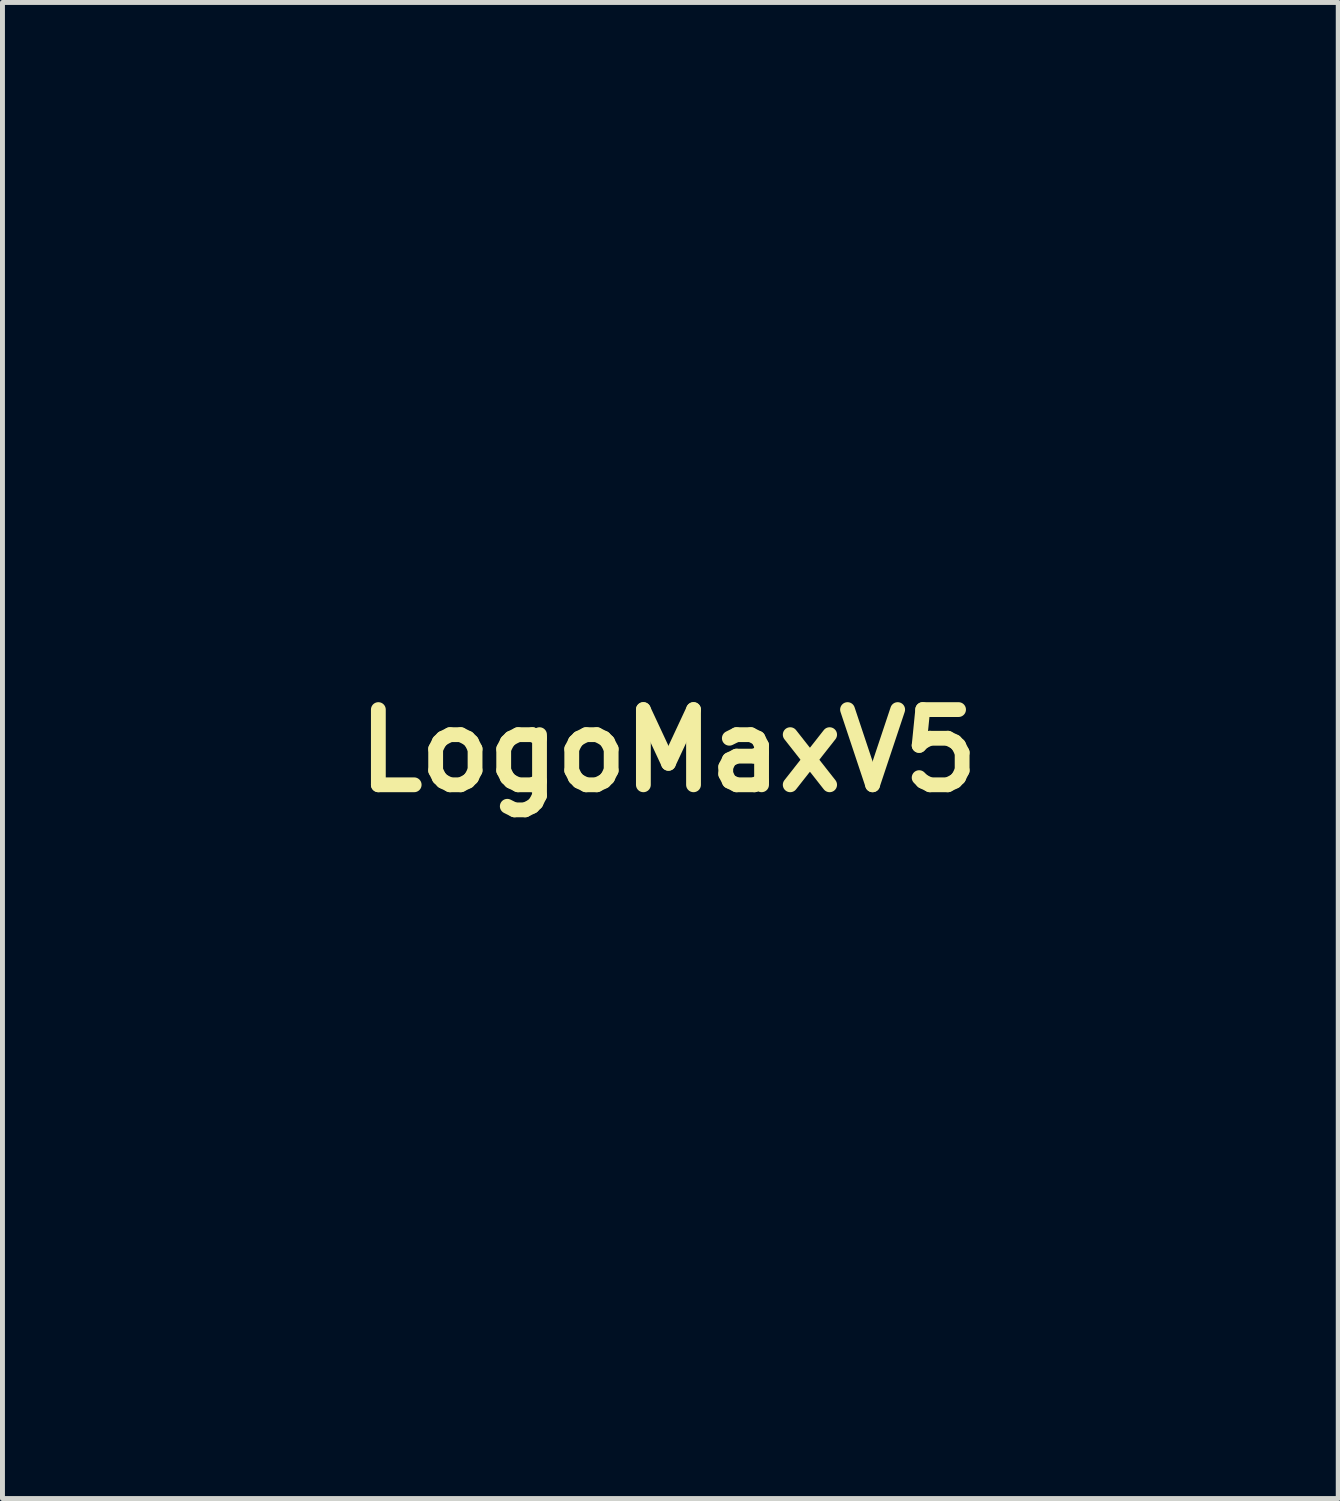
<source format=kicad_pcb>
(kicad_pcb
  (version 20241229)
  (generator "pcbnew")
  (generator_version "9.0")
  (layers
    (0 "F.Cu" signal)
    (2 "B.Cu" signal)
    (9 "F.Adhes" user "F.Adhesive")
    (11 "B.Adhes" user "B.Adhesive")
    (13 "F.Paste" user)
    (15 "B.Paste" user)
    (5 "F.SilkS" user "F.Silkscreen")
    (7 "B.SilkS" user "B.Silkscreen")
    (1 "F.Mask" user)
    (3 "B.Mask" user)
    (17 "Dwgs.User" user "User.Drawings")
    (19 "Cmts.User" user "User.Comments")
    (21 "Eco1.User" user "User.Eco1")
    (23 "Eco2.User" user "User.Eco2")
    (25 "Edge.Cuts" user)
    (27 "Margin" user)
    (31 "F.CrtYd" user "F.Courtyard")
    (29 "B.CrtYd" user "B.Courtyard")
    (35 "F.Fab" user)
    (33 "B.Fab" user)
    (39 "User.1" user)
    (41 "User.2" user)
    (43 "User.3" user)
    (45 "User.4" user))
  (footprint "LogoMaxV5"
    (layer "F.Cu")
    (at 10.495 12.163)
    (property "Reference" "LogoMaxV5" (at 0 0 0) (layer "F.SilkS") (effects (font (size 1.524 1.524) (thickness 0.3))))
    (attr through_hole)
    (fp_poly (pts (xy 0.084 -12.146) (xy 0.124 -12.123) (xy 0.2 -12.077) (xy 0.348 -11.989) (xy 0.553 -11.869) (xy 0.798 -11.727) (xy 1.067 -11.571) (xy 1.375 -11.394) (xy 1.696 -11.209) (xy 2.001 -11.032) (xy 2.265 -10.88) (xy 2.413 -10.794) (xy 2.633 -10.666) (xy 2.914 -10.504) (xy 3.227 -10.324) (xy 3.544 -10.141) (xy 3.734 -10.032) (xy 4.017 -9.869) (xy 4.363 -9.67) (xy 4.748 -9.448) (xy 5.146 -9.219) (xy 5.532 -8.996) (xy 5.715 -8.89) (xy 6.035 -8.704) (xy 6.334 -8.532) (xy 6.597 -8.38) (xy 6.811 -8.256) (xy 6.963 -8.168) (xy 7.036 -8.127) (xy 7.125 -8.075) (xy 7.286 -7.982) (xy 7.504 -7.856) (xy 7.763 -7.706) (xy 8.047 -7.542) (xy 8.128 -7.495) (xy 8.472 -7.296) (xy 8.846 -7.08) (xy 9.221 -6.863) (xy 9.565 -6.664) (xy 9.817 -6.519) (xy 10.567 -6.088) (xy 10.554 0.011) (xy 10.541 6.11) (xy 10.058 6.39) (xy 9.507 6.709) (xy 9.036 6.982) (xy 8.639 7.211) (xy 8.308 7.402) (xy 8.037 7.558) (xy 7.819 7.683) (xy 7.646 7.782) (xy 7.512 7.858) (xy 7.41 7.915) (xy 7.366 7.939) (xy 7.211 8.026) (xy 7.09 8.096) (xy 7.036 8.131) (xy 6.977 8.168) (xy 6.846 8.246) (xy 6.655 8.358) (xy 6.422 8.494) (xy 6.172 8.638) (xy 5.901 8.794) (xy 5.649 8.939) (xy 5.435 9.062) (xy 5.275 9.154) (xy 5.194 9.201) (xy 5.075 9.27) (xy 4.956 9.339) (xy 4.826 9.414) (xy 4.671 9.503) (xy 4.479 9.614) (xy 4.237 9.753) (xy 3.933 9.929) (xy 3.556 10.146) (xy 3.019 10.456) (xy 2.562 10.719) (xy 2.177 10.941) (xy 1.856 11.127) (xy 1.591 11.28) (xy 1.373 11.405) (xy 1.196 11.508) (xy 1.05 11.592) (xy 0.928 11.663) (xy 0.823 11.725) (xy 0.724 11.782) (xy 0.635 11.835) (xy 0.443 11.947) (xy 0.273 12.045) (xy 0.153 12.113) (xy 0.123 12.13) (xy 0.067 12.147) (xy -0.008 12.138) (xy -0.118 12.095) (xy -0.279 12.013) (xy -0.507 11.884) (xy -0.537 11.867) (xy -1.122 11.53) (xy -1.626 11.24) (xy -2.057 10.991) (xy -2.424 10.78) (xy -2.733 10.601) (xy -2.993 10.451) (xy -3.211 10.325) (xy -3.277 10.287) (xy -3.494 10.161) (xy -3.773 10) (xy -4.085 9.82) (xy -4.405 9.636) (xy -4.513 9.574) (xy -3.048 9.574) (xy -3.007 9.62) (xy -2.894 9.702) (xy -2.73 9.808) (xy -2.578 9.898) (xy -2.363 10.022) (xy -2.09 10.179) (xy -1.788 10.354) (xy -1.487 10.528) (xy -1.372 10.595) (xy -1.127 10.736) (xy -0.916 10.858) (xy -0.753 10.952) (xy -0.652 11.009) (xy -0.626 11.023) (xy -0.644 10.982) (xy -0.702 10.873) (xy -0.788 10.714) (xy -0.835 10.63) (xy -0.949 10.426) (xy -1.057 10.234) (xy -1.142 10.087) (xy -1.158 10.058) (xy -1.302 9.812) (xy -1.464 9.534) (xy -1.627 9.25) (xy -1.778 8.986) (xy -1.9 8.77) (xy -1.946 8.687) (xy -2.044 8.517) (xy -2.136 8.368) (xy -2.189 8.292) (xy -2.277 8.176) (xy -2.35 8.317) (xy -2.473 8.547) (xy -2.619 8.81) (xy -2.767 9.065) (xy -2.893 9.274) (xy -2.905 9.294) (xy -2.986 9.432) (xy -3.038 9.538) (xy -3.048 9.574) (xy -4.513 9.574) (xy -4.623 9.511) (xy -4.888 9.359) (xy -5.124 9.222) (xy -5.316 9.11) (xy -5.45 9.031) (xy -5.511 8.993) (xy -5.512 8.993) (xy -5.581 8.95) (xy -5.709 8.876) (xy -5.842 8.802) (xy -5.966 8.733) (xy -6.16 8.623) (xy -6.407 8.482) (xy -6.688 8.321) (xy -6.987 8.149) (xy -7.155 8.052) (xy -5.791 8.052) (xy -5.321 8.32) (xy -5.106 8.444) (xy -4.833 8.601) (xy -4.531 8.774) (xy -4.23 8.948) (xy -4.115 9.014) (xy -3.869 9.154) (xy -3.654 9.272) (xy -3.485 9.36) (xy -3.377 9.411) (xy -3.345 9.419) (xy -3.305 9.367) (xy -3.231 9.252) (xy -3.144 9.106) (xy -3.047 8.938) (xy -2.964 8.793) (xy -2.918 8.712) (xy -2.862 8.614) (xy -2.774 8.466) (xy -2.698 8.338) (xy -2.617 8.193) (xy -2.565 8.087) (xy -2.557 8.052) (xy -1.964 8.052) (xy -1.508 8.839) (xy -1.345 9.122) (xy -1.186 9.401) (xy -1.043 9.654) (xy -0.929 9.858) (xy -0.875 9.957) (xy -0.779 10.13) (xy -0.694 10.274) (xy -0.638 10.36) (xy -0.636 10.363) (xy -0.581 10.445) (xy -0.496 10.586) (xy -0.407 10.744) (xy -0.252 11.02) (xy -0.135 11.214) (xy -0.047 11.331) (xy 0.021 11.38) (xy 0.077 11.369) (xy 0.13 11.304) (xy 0.166 11.239) (xy 0.241 11.099) (xy 0.276 11.038) (xy 0.651 11.038) (xy 0.821 10.935) (xy 0.913 10.881) (xy 1.078 10.784) (xy 1.302 10.655) (xy 1.569 10.501) (xy 1.865 10.331) (xy 2.032 10.235) (xy 2.326 10.066) (xy 2.589 9.915) (xy 2.809 9.787) (xy 2.974 9.692) (xy 3.071 9.635) (xy 3.092 9.622) (xy 3.075 9.575) (xy 3.014 9.455) (xy 2.92 9.277) (xy 2.798 9.055) (xy 2.703 8.887) (xy 2.552 8.621) (xy 2.442 8.433) (xy 2.364 8.313) (xy 2.312 8.249) (xy 2.275 8.232) (xy 2.245 8.252) (xy 2.22 8.288) (xy 2.165 8.379) (xy 2.073 8.536) (xy 1.957 8.734) (xy 1.852 8.915) (xy 1.707 9.167) (xy 1.534 9.468) (xy 1.355 9.777) (xy 1.207 10.033) (xy 1.067 10.275) (xy 0.938 10.503) (xy 0.831 10.694) (xy 0.76 10.825) (xy 0.752 10.84) (xy 0.651 11.038) (xy 0.276 11.038) (xy 0.33 10.941) (xy 0.341 10.922) (xy 0.449 10.737) (xy 0.584 10.504) (xy 0.737 10.24) (xy 0.898 9.961) (xy 1.058 9.685) (xy 1.206 9.428) (xy 1.333 9.207) (xy 1.429 9.04) (xy 1.484 8.943) (xy 1.486 8.941) (xy 1.559 8.814) (xy 1.615 8.724) (xy 1.624 8.712) (xy 1.681 8.623) (xy 1.757 8.488) (xy 1.837 8.336) (xy 1.907 8.193) (xy 1.955 8.087) (xy 1.963 8.055) (xy 2.591 8.055) (xy 2.614 8.107) (xy 2.678 8.227) (xy 2.772 8.397) (xy 2.885 8.598) (xy 3.007 8.813) (xy 3.128 9.022) (xy 3.236 9.208) (xy 3.322 9.351) (xy 3.375 9.435) (xy 3.387 9.449) (xy 3.434 9.425) (xy 3.555 9.357) (xy 3.734 9.255) (xy 3.958 9.126) (xy 4.178 8.998) (xy 4.473 8.826) (xy 4.778 8.65) (xy 5.065 8.485) (xy 5.306 8.346) (xy 5.41 8.287) (xy 5.867 8.027) (xy 4.229 8.027) (xy 3.833 8.027) (xy 3.471 8.03) (xy 3.156 8.034) (xy 2.899 8.038) (xy 2.712 8.044) (xy 2.609 8.051) (xy 2.591 8.055) (xy 1.963 8.055) (xy 1.966 8.045) (xy 1.912 8.041) (xy 1.768 8.038) (xy 1.545 8.036) (xy 1.253 8.035) (xy 0.905 8.035) (xy 0.51 8.036) (xy 0.08 8.038) (xy -0.009 8.038) (xy -1.964 8.052) (xy -2.557 8.052) (xy -2.555 8.045) (xy -2.609 8.04) (xy -2.752 8.037) (xy -2.972 8.035) (xy -3.257 8.034) (xy -3.594 8.035) (xy -3.972 8.037) (xy -4.183 8.038) (xy -5.791 8.052) (xy -7.155 8.052) (xy -7.285 7.977) (xy -7.565 7.815) (xy -7.809 7.673) (xy -7.839 7.655) (xy -6.429 7.655) (xy -6.404 7.673) (xy -6.337 7.687) (xy -6.219 7.699) (xy -6.044 7.707) (xy -5.801 7.714) (xy -5.484 7.718) (xy -5.084 7.721) (xy -4.592 7.722) (xy -4.472 7.722) (xy -1.984 7.722) (xy 2.03 7.722) (xy 2.532 7.722) (xy 4.454 7.721) (xy 4.888 7.72) (xy 5.291 7.716) (xy 5.652 7.711) (xy 5.959 7.705) (xy 6.2 7.697) (xy 6.365 7.688) (xy 6.441 7.678) (xy 6.443 7.677) (xy 6.466 7.661) (xy 6.478 7.639) (xy 6.475 7.602) (xy 6.452 7.539) (xy 6.404 7.441) (xy 6.326 7.298) (xy 6.213 7.1) (xy 6.061 6.837) (xy 5.863 6.499) (xy 5.791 6.375) (xy 5.618 6.079) (xy 5.447 5.784) (xy 5.29 5.514) (xy 5.161 5.289) (xy 5.078 5.144) (xy 4.98 4.975) (xy 4.901 4.847) (xy 4.853 4.78) (xy 4.846 4.775) (xy 4.791 4.8) (xy 4.693 4.86) (xy 4.569 4.925) (xy 4.397 4.997) (xy 4.301 5.03) (xy 4.188 5.07) (xy 4.103 5.114) (xy 4.029 5.18) (xy 3.951 5.285) (xy 3.853 5.447) (xy 3.741 5.644) (xy 3.584 5.92) (xy 3.392 6.254) (xy 3.181 6.617) (xy 2.97 6.98) (xy 2.774 7.313) (xy 2.63 7.556) (xy 2.532 7.722) (xy 2.03 7.722) (xy 1.937 7.556) (xy 1.877 7.453) (xy 1.778 7.282) (xy 1.653 7.067) (xy 1.514 6.828) (xy 1.473 6.758) (xy 1.332 6.517) (xy 1.203 6.295) (xy 1.098 6.113) (xy 1.028 5.991) (xy 1.016 5.97) (xy 0.937 5.832) (xy 0.837 5.662) (xy 0.793 5.588) (xy 0.697 5.421) (xy 0.609 5.262) (xy 0.58 5.207) (xy 0.501 5.055) (xy -0.464 5.064) (xy -0.884 5.796) (xy -1.052 6.087) (xy -1.226 6.389) (xy -1.391 6.673) (xy -1.529 6.911) (xy -1.572 6.985) (xy -1.692 7.193) (xy -1.801 7.382) (xy -1.881 7.526) (xy -1.911 7.582) (xy -1.984 7.722) (xy -4.472 7.722) (xy -4.04 7.721) (xy -3.642 7.719) (xy -3.289 7.716) (xy -2.991 7.712) (xy -2.76 7.707) (xy -2.606 7.701) (xy -2.541 7.695) (xy -2.54 7.694) (xy -2.564 7.643) (xy -2.631 7.52) (xy -2.731 7.341) (xy -2.856 7.121) (xy -2.929 6.996) (xy -3.083 6.728) (xy -3.237 6.461) (xy -3.376 6.221) (xy -3.483 6.034) (xy -3.505 5.994) (xy -3.677 5.693) (xy -3.807 5.467) (xy -3.906 5.305) (xy -3.983 5.196) (xy -4.048 5.126) (xy -4.11 5.084) (xy -4.115 5.082) (xy -3.625 5.082) (xy -3.623 5.142) (xy -3.576 5.262) (xy -3.494 5.416) (xy -3.492 5.419) (xy -3.16 5.982) (xy -2.823 6.565) (xy -2.536 7.069) (xy -2.425 7.265) (xy -2.334 7.422) (xy -2.273 7.523) (xy -2.252 7.552) (xy -2.225 7.507) (xy -2.157 7.391) (xy -2.057 7.219) (xy -1.934 7.007) (xy -1.891 6.934) (xy -1.726 6.649) (xy -1.534 6.316) (xy -1.337 5.976) (xy -1.159 5.669) (xy -1.15 5.653) (xy -1.016 5.418) (xy -0.901 5.214) (xy -0.816 5.056) (xy -0.769 4.961) (xy -0.766 4.955) (xy 0.762 4.955) (xy 0.881 5.132) (xy 0.969 5.271) (xy 1.079 5.456) (xy 1.173 5.62) (xy 1.357 5.949) (xy 1.542 6.275) (xy 1.721 6.587) (xy 1.887 6.873) (xy 2.033 7.121) (xy 2.151 7.318) (xy 2.236 7.454) (xy 2.28 7.516) (xy 2.283 7.518) (xy 2.324 7.478) (xy 2.391 7.381) (xy 2.408 7.353) (xy 2.472 7.241) (xy 2.572 7.067) (xy 2.692 6.857) (xy 2.792 6.68) (xy 2.946 6.411) (xy 3.124 6.101) (xy 3.299 5.798) (xy 3.39 5.64) (xy 3.508 5.432) (xy 3.601 5.255) (xy 3.661 5.129) (xy 3.677 5.071) (xy 3.677 5.07) (xy 3.616 5.037) (xy 3.497 5.004) (xy 3.474 4.999) (xy 3.308 4.93) (xy 3.126 4.793) (xy 2.952 4.615) (xy 2.814 4.421) (xy 2.746 4.276) (xy 2.676 4.064) (xy 1.535 4.064) (xy 1.371 4.319) (xy 1.233 4.504) (xy 1.068 4.687) (xy 0.985 4.765) (xy 0.762 4.955) (xy -0.766 4.955) (xy -0.762 4.942) (xy -0.798 4.889) (xy -0.89 4.802) (xy -0.942 4.759) (xy -1.07 4.636) (xy -1.212 4.468) (xy -1.305 4.34) (xy -1.488 4.064) (xy -2.628 4.064) (xy -2.712 4.283) (xy -2.825 4.492) (xy -2.993 4.697) (xy -3.186 4.868) (xy -3.377 4.976) (xy -3.397 4.983) (xy -3.529 5.031) (xy -3.617 5.075) (xy -3.625 5.082) (xy -4.115 5.082) (xy -4.179 5.057) (xy -4.264 5.035) (xy -4.272 5.033) (xy -4.447 4.974) (xy -4.601 4.9) (xy -4.646 4.869) (xy -4.749 4.808) (xy -4.822 4.798) (xy -4.824 4.799) (xy -4.869 4.855) (xy -4.949 4.978) (xy -5.05 5.148) (xy -5.106 5.247) (xy -5.213 5.439) (xy -5.306 5.602) (xy -5.37 5.713) (xy -5.386 5.74) (xy -5.431 5.815) (xy -5.513 5.955) (xy -5.619 6.139) (xy -5.696 6.274) (xy -5.844 6.532) (xy -6.009 6.82) (xy -6.163 7.086) (xy -6.206 7.16) (xy -6.31 7.35) (xy -6.387 7.512) (xy -6.427 7.623) (xy -6.429 7.655) (xy -7.839 7.655) (xy -7.899 7.62) (xy -7.988 7.568) (xy -8.149 7.475) (xy -8.367 7.349) (xy -8.628 7.198) (xy -8.915 7.033) (xy -9.017 6.974) (xy -9.318 6.8) (xy -9.605 6.634) (xy -9.861 6.485) (xy -10.069 6.364) (xy -10.211 6.281) (xy -10.236 6.266) (xy -10.49 6.114) (xy -10.49 5.653) (xy -9.841 5.653) (xy -9.839 5.658) (xy -9.786 5.711) (xy -9.665 5.799) (xy -9.499 5.904) (xy -9.415 5.954) (xy -9.231 6.06) (xy -8.985 6.202) (xy -8.702 6.364) (xy -8.409 6.533) (xy -8.255 6.622) (xy -8.004 6.765) (xy -7.784 6.889) (xy -7.609 6.985) (xy -7.494 7.045) (xy -7.456 7.061) (xy -7.46 7.022) (xy -7.508 6.92) (xy -7.578 6.795) (xy -7.65 6.672) (xy -7.763 6.479) (xy -7.907 6.231) (xy -8.072 5.946) (xy -8.249 5.641) (xy -8.326 5.507) (xy -8.498 5.209) (xy -8.658 4.935) (xy -8.796 4.699) (xy -8.905 4.515) (xy -8.975 4.398) (xy -8.995 4.368) (xy -9.03 4.322) (xy -9.063 4.309) (xy -9.105 4.339) (xy -9.166 4.424) (xy -9.256 4.577) (xy -9.371 4.78) (xy -9.498 5.003) (xy -9.616 5.206) (xy -9.712 5.365) (xy -9.766 5.45) (xy -9.827 5.565) (xy -9.841 5.653) (xy -10.49 5.653) (xy -10.49 3.934) (xy -9.855 3.934) (xy -9.854 4.239) (xy -9.851 4.506) (xy -9.846 4.72) (xy -9.84 4.866) (xy -9.833 4.927) (xy -9.831 4.928) (xy -9.798 4.887) (xy -9.725 4.775) (xy -9.623 4.612) (xy -9.527 4.45) (xy -9.413 4.255) (xy -9.356 4.155) (xy -8.738 4.155) (xy -8.711 4.262) (xy -8.687 4.298) (xy -8.646 4.356) (xy -8.565 4.489) (xy -8.451 4.679) (xy -8.314 4.913) (xy -8.172 5.159) (xy -8.018 5.429) (xy -7.875 5.678) (xy -7.754 5.889) (xy -7.665 6.044) (xy -7.621 6.121) (xy -7.547 6.25) (xy -7.447 6.422) (xy -7.372 6.553) (xy -7.28 6.713) (xy -7.202 6.844) (xy -7.162 6.909) (xy -7.109 7) (xy -7.032 7.136) (xy -7.004 7.188) (xy -6.888 7.373) (xy -6.789 7.459) (xy -6.756 7.467) (xy -6.724 7.425) (xy -6.65 7.31) (xy -6.546 7.138) (xy -6.419 6.922) (xy -6.35 6.802) (xy -6.195 6.531) (xy -6.037 6.256) (xy -5.894 6.006) (xy -5.781 5.809) (xy -5.761 5.774) (xy -5.638 5.56) (xy -5.489 5.303) (xy -5.34 5.047) (xy -5.288 4.957) (xy -5.17 4.75) (xy -5.097 4.608) (xy -5.063 4.511) (xy -5.06 4.437) (xy -5.082 4.364) (xy -5.085 4.356) (xy -5.117 4.279) (xy -5.149 4.217) (xy -5.192 4.168) (xy -5.255 4.131) (xy -5.351 4.104) (xy -5.488 4.085) (xy -5.678 4.074) (xy -5.93 4.067) (xy -6.256 4.065) (xy -6.666 4.064) (xy -7.014 4.064) (xy -7.478 4.064) (xy -7.851 4.065) (xy -8.142 4.068) (xy -8.362 4.072) (xy -8.52 4.079) (xy -8.626 4.089) (xy -8.691 4.103) (xy -8.725 4.12) (xy -8.737 4.142) (xy -8.738 4.155) (xy -9.356 4.155) (xy -9.321 4.093) (xy -9.262 3.985) (xy -9.246 3.949) (xy -9.27 3.89) (xy -9.311 3.811) (xy -8.795 3.811) (xy -5.258 3.785) (xy -5.243 3.398) (xy -5.238 3.222) (xy -5.245 3.091) (xy -5.273 2.976) (xy -5.33 2.847) (xy -5.425 2.676) (xy -5.492 2.56) (xy -5.591 2.391) (xy -5.681 2.236) (xy -5.772 2.079) (xy -5.873 1.902) (xy -5.994 1.69) (xy -6.145 1.426) (xy -6.334 1.094) (xy -6.378 1.016) (xy -6.494 0.816) (xy -6.601 0.638) (xy -6.683 0.509) (xy -6.71 0.47) (xy -6.758 0.414) (xy -6.8 0.396) (xy -6.849 0.426) (xy -6.916 0.517) (xy -7.011 0.678) (xy -7.104 0.843) (xy -7.189 0.993) (xy -7.314 1.212) (xy -7.468 1.481) (xy -7.64 1.781) (xy -7.82 2.093) (xy -7.873 2.184) (xy -8.052 2.493) (xy -8.224 2.794) (xy -8.38 3.066) (xy -8.509 3.294) (xy -8.601 3.458) (xy -8.621 3.493) (xy -8.795 3.811) (xy -9.311 3.811) (xy -9.334 3.767) (xy -9.424 3.603) (xy -9.527 3.421) (xy -9.631 3.244) (xy -9.722 3.095) (xy -9.786 2.996) (xy -9.808 2.969) (xy -9.824 3.008) (xy -9.837 3.138) (xy -9.847 3.348) (xy -9.853 3.629) (xy -9.855 3.934) (xy -10.49 3.934) (xy -10.49 0.152) (xy -9.855 0.152) (xy -9.855 2.245) (xy -9.709 2.507) (xy -9.516 2.85) (xy -9.366 3.113) (xy -9.253 3.306) (xy -9.169 3.438) (xy -9.108 3.519) (xy -9.065 3.557) (xy -9.032 3.563) (xy -9.011 3.551) (xy -8.95 3.476) (xy -8.941 3.443) (xy -8.914 3.37) (xy -8.849 3.263) (xy -8.847 3.259) (xy -8.771 3.14) (xy -8.672 2.974) (xy -8.6 2.845) (xy -8.505 2.675) (xy -8.379 2.454) (xy -8.243 2.219) (xy -8.179 2.108) (xy -8.05 1.887) (xy -7.925 1.671) (xy -7.823 1.492) (xy -7.784 1.422) (xy -7.693 1.264) (xy -7.574 1.06) (xy -7.452 0.853) (xy -7.443 0.838) (xy -7.329 0.646) (xy -7.225 0.466) (xy -7.151 0.332) (xy -7.144 0.318) (xy -7.068 0.171) (xy -6.502 0.171) (xy -6.479 0.228) (xy -6.42 0.342) (xy -6.342 0.483) (xy -6.261 0.622) (xy -6.195 0.728) (xy -6.171 0.762) (xy -6.118 0.843) (xy -6.034 0.984) (xy -5.938 1.156) (xy -5.931 1.168) (xy -5.796 1.415) (xy -5.657 1.661) (xy -5.526 1.891) (xy -5.41 2.088) (xy -5.32 2.237) (xy -5.264 2.323) (xy -5.251 2.337) (xy -5.246 2.288) (xy -5.241 2.153) (xy -5.237 1.946) (xy -5.234 1.68) (xy -5.233 1.372) (xy -5.232 1.245) (xy -5.232 0.152) (xy -5.867 0.152) (xy -6.108 0.154) (xy -6.307 0.158) (xy -6.444 0.163) (xy -6.502 0.171) (xy -6.502 0.171) (xy -7.068 0.171) (xy -7.059 0.152) (xy -9.855 0.152) (xy -10.49 0.152) (xy -10.49 -2.241) (xy -9.855 -2.241) (xy -9.855 -0.152) (xy -7.054 -0.152) (xy -7.076 -0.191) (xy -6.501 -0.191) (xy -6.454 -0.176) (xy -6.325 -0.164) (xy -6.132 -0.156) (xy -5.895 -0.152) (xy -5.867 -0.152) (xy -5.232 -0.152) (xy -5.232 -1.253) (xy -5.232 -1.263) (xy -4.871 -1.263) (xy -4.87 -0.68) (xy -4.868 -0.091) (xy -4.865 0.494) (xy -4.86 1.065) (xy -4.855 1.614) (xy -4.849 2.131) (xy -4.842 2.606) (xy -4.833 3.031) (xy -4.824 3.396) (xy -4.815 3.691) (xy -4.804 3.908) (xy -4.793 4.037) (xy -4.787 4.065) (xy -4.661 4.31) (xy -4.475 4.512) (xy -4.256 4.643) (xy -4.242 4.648) (xy -4.048 4.706) (xy -3.89 4.717) (xy -3.712 4.683) (xy -3.644 4.663) (xy -3.382 4.534) (xy -3.176 4.325) (xy -3.038 4.047) (xy -3.028 4.015) (xy -3.012 3.951) (xy -2.998 3.871) (xy -2.991 3.81) (xy -2.591 3.81) (xy -2.083 3.81) (xy -1.838 3.807) (xy -1.681 3.795) (xy -1.598 3.774) (xy -1.575 3.743) (xy -1.587 3.665) (xy -1.62 3.518) (xy -1.667 3.329) (xy -1.682 3.273) (xy -1.726 3.105) (xy -1.789 2.859) (xy -1.867 2.555) (xy -1.953 2.214) (xy -2.043 1.857) (xy -2.082 1.703) (xy -2.375 0.536) (xy -2.483 0.712) (xy -2.514 0.768) (xy -2.539 0.828) (xy -2.557 0.905) (xy -2.571 1.012) (xy -2.58 1.16) (xy -2.586 1.363) (xy -2.589 1.631) (xy -2.59 1.979) (xy -2.591 2.349) (xy -2.591 3.81) (xy -2.991 3.81) (xy -2.986 3.767) (xy -2.976 3.633) (xy -2.968 3.46) (xy -2.961 3.241) (xy -2.956 2.968) (xy -2.953 2.634) (xy -2.951 2.231) (xy -2.949 1.752) (xy -2.949 1.189) (xy -2.949 0.535) (xy -2.949 0.289) (xy -2.949 0.178) (xy -2.591 0.178) (xy -2.565 0.203) (xy -2.54 0.178) (xy -2.565 0.152) (xy -2.591 0.178) (xy -2.949 0.178) (xy -2.949 -0.293) (xy -2.949 -0.845) (xy -2.948 -1.359) (xy -2.947 -1.825) (xy -2.946 -2.236) (xy -2.944 -2.583) (xy -2.941 -2.859) (xy -2.939 -3.054) (xy -2.936 -3.161) (xy -2.934 -3.179) (xy -2.919 -3.134) (xy -2.882 -3) (xy -2.824 -2.786) (xy -2.749 -2.499) (xy -2.659 -2.151) (xy -2.557 -1.748) (xy -2.443 -1.302) (xy -2.321 -0.819) (xy -2.265 -0.595) (xy -2.07 0.184) (xy -1.897 0.87) (xy -1.745 1.469) (xy -1.613 1.988) (xy -1.499 2.433) (xy -1.401 2.809) (xy -1.317 3.123) (xy -1.246 3.38) (xy -1.187 3.588) (xy -1.137 3.751) (xy -1.096 3.876) (xy -1.061 3.969) (xy -1.031 4.036) (xy -1.028 4.041) (xy -0.834 4.325) (xy -0.585 4.536) (xy -0.335 4.649) (xy -0.169 4.697) (xy -0.049 4.718) (xy 0.066 4.714) (xy 0.219 4.687) (xy 0.31 4.668) (xy 0.591 4.558) (xy 0.84 4.364) (xy 1.036 4.104) (xy 1.112 3.948) (xy 1.146 3.846) (xy 1.171 3.761) (xy 1.592 3.761) (xy 1.622 3.787) (xy 1.703 3.802) (xy 1.852 3.809) (xy 2.079 3.81) (xy 2.591 3.81) (xy 2.591 2.334) (xy 2.59 1.894) (xy 2.587 1.545) (xy 2.582 1.273) (xy 2.574 1.069) (xy 2.563 0.919) (xy 2.547 0.813) (xy 2.526 0.739) (xy 2.511 0.704) (xy 2.453 0.606) (xy 2.417 0.566) (xy 2.414 0.567) (xy 2.397 0.619) (xy 2.36 0.756) (xy 2.305 0.962) (xy 2.237 1.225) (xy 2.159 1.53) (xy 2.116 1.702) (xy 1.973 2.269) (xy 1.854 2.74) (xy 1.757 3.117) (xy 1.683 3.404) (xy 1.63 3.603) (xy 1.597 3.716) (xy 1.596 3.721) (xy 1.592 3.761) (xy 1.171 3.761) (xy 1.2 3.662) (xy 1.27 3.412) (xy 1.352 3.113) (xy 1.442 2.78) (xy 1.535 2.431) (xy 1.626 2.081) (xy 1.712 1.746) (xy 1.788 1.444) (xy 1.85 1.19) (xy 1.894 1.001) (xy 1.907 0.94) (xy 1.929 0.843) (xy 1.97 0.681) (xy 2.021 0.486) (xy 2.029 0.457) (xy 2.092 0.218) (xy 2.157 -0.033) (xy 2.206 -0.229) (xy 2.238 -0.359) (xy 2.292 -0.572) (xy 2.361 -0.85) (xy 2.443 -1.177) (xy 2.534 -1.537) (xy 2.626 -1.905) (xy 2.972 -3.277) (xy 2.997 0.356) (xy 3.002 0.956) (xy 3.008 1.529) (xy 3.014 2.064) (xy 3.022 2.555) (xy 3.029 2.993) (xy 3.037 3.369) (xy 3.046 3.675) (xy 3.054 3.903) (xy 3.062 4.044) (xy 3.068 4.089) (xy 3.238 4.365) (xy 3.457 4.561) (xy 3.71 4.675) (xy 3.981 4.702) (xy 4.256 4.639) (xy 4.502 4.494) (xy 5.049 4.494) (xy 5.204 4.759) (xy 5.283 4.895) (xy 5.4 5.097) (xy 5.543 5.343) (xy 5.698 5.61) (xy 5.791 5.771) (xy 5.945 6.036) (xy 6.09 6.286) (xy 6.214 6.501) (xy 6.307 6.661) (xy 6.344 6.725) (xy 6.532 7.052) (xy 6.673 7.304) (xy 6.699 7.353) (xy 6.772 7.451) (xy 6.846 7.451) (xy 6.909 7.391) (xy 6.978 7.292) (xy 7.055 7.162) (xy 7.055 7.162) (xy 7.105 7.072) (xy 7.12 7.047) (xy 7.499 7.047) (xy 7.506 7.061) (xy 7.57 7.036) (xy 7.688 6.971) (xy 7.79 6.909) (xy 7.925 6.825) (xy 8.021 6.77) (xy 8.052 6.756) (xy 8.101 6.732) (xy 8.221 6.666) (xy 8.393 6.567) (xy 8.6 6.446) (xy 8.622 6.433) (xy 8.877 6.283) (xy 9.144 6.127) (xy 9.386 5.985) (xy 9.538 5.897) (xy 9.706 5.796) (xy 9.834 5.712) (xy 9.901 5.658) (xy 9.906 5.649) (xy 9.88 5.587) (xy 9.817 5.48) (xy 9.804 5.461) (xy 9.738 5.355) (xy 9.638 5.186) (xy 9.517 4.977) (xy 9.411 4.789) (xy 9.294 4.585) (xy 9.195 4.419) (xy 9.124 4.307) (xy 9.091 4.268) (xy 9.055 4.309) (xy 8.985 4.417) (xy 8.894 4.572) (xy 8.873 4.61) (xy 8.786 4.763) (xy 8.658 4.988) (xy 8.498 5.268) (xy 8.316 5.586) (xy 8.12 5.926) (xy 7.921 6.271) (xy 7.727 6.606) (xy 7.589 6.845) (xy 7.525 6.968) (xy 7.499 7.047) (xy 7.12 7.047) (xy 7.195 6.914) (xy 7.314 6.706) (xy 7.453 6.466) (xy 7.599 6.211) (xy 7.743 5.962) (xy 7.875 5.735) (xy 7.983 5.549) (xy 8.057 5.423) (xy 8.081 5.385) (xy 8.128 5.303) (xy 8.208 5.163) (xy 8.297 5.004) (xy 8.427 4.77) (xy 8.52 4.605) (xy 8.588 4.49) (xy 8.643 4.404) (xy 8.696 4.329) (xy 8.7 4.324) (xy 8.749 4.256) (xy 8.781 4.201) (xy 8.787 4.158) (xy 8.759 4.124) (xy 8.688 4.1) (xy 8.565 4.083) (xy 8.382 4.072) (xy 8.129 4.067) (xy 7.799 4.064) (xy 7.382 4.065) (xy 7.011 4.065) (xy 5.234 4.069) (xy 5.141 4.281) (xy 5.049 4.494) (xy 4.502 4.494) (xy 4.519 4.484) (xy 4.572 4.439) (xy 4.716 4.28) (xy 4.8 4.101) (xy 4.826 3.997) (xy 4.837 3.914) (xy 9.281 3.914) (xy 9.299 3.973) (xy 9.359 4.095) (xy 9.447 4.258) (xy 9.55 4.44) (xy 9.656 4.62) (xy 9.752 4.776) (xy 9.826 4.886) (xy 9.865 4.928) (xy 9.865 4.928) (xy 9.878 4.879) (xy 9.888 4.745) (xy 9.897 4.539) (xy 9.903 4.276) (xy 9.906 3.973) (xy 9.906 3.901) (xy 9.904 3.552) (xy 9.898 3.271) (xy 9.887 3.067) (xy 9.874 2.949) (xy 9.859 2.924) (xy 9.818 2.983) (xy 9.74 3.108) (xy 9.64 3.275) (xy 9.532 3.459) (xy 9.429 3.639) (xy 9.344 3.79) (xy 9.291 3.89) (xy 9.281 3.914) (xy 4.837 3.914) (xy 4.838 3.907) (xy 4.843 3.812) (xy 5.283 3.812) (xy 7.009 3.809) (xy 7.418 3.807) (xy 7.793 3.802) (xy 8.124 3.796) (xy 8.398 3.788) (xy 8.603 3.779) (xy 8.728 3.769) (xy 8.762 3.762) (xy 8.75 3.696) (xy 8.687 3.555) (xy 8.578 3.349) (xy 8.428 3.089) (xy 8.338 2.937) (xy 8.286 2.85) (xy 8.194 2.691) (xy 8.071 2.479) (xy 7.927 2.23) (xy 7.798 2.006) (xy 7.645 1.74) (xy 7.504 1.496) (xy 7.386 1.292) (xy 7.3 1.144) (xy 7.26 1.075) (xy 7.189 0.953) (xy 7.095 0.787) (xy 7.039 0.686) (xy 6.957 0.539) (xy 6.894 0.428) (xy 6.871 0.387) (xy 6.828 0.384) (xy 6.749 0.466) (xy 6.634 0.634) (xy 6.48 0.891) (xy 6.423 0.991) (xy 6.316 1.179) (xy 6.224 1.34) (xy 6.161 1.449) (xy 6.146 1.473) (xy 6.1 1.55) (xy 6.015 1.697) (xy 5.899 1.896) (xy 5.765 2.129) (xy 5.622 2.38) (xy 5.48 2.628) (xy 5.429 2.718) (xy 5.355 2.862) (xy 5.311 2.995) (xy 5.29 3.151) (xy 5.284 3.37) (xy 5.284 3.392) (xy 5.283 3.812) (xy 4.843 3.812) (xy 4.847 3.746) (xy 4.855 3.51) (xy 4.861 3.195) (xy 4.866 2.8) (xy 4.869 2.32) (xy 4.871 1.751) (xy 4.871 1.092) (xy 4.87 0.338) (xy 4.87 0.152) (xy 5.283 0.152) (xy 5.284 1.257) (xy 5.286 2.362) (xy 5.424 2.121) (xy 5.504 1.981) (xy 5.62 1.781) (xy 5.755 1.546) (xy 5.892 1.308) (xy 6.035 1.059) (xy 6.177 0.812) (xy 6.302 0.595) (xy 6.387 0.445) (xy 6.531 0.19) (xy 7.112 0.19) (xy 7.137 0.254) (xy 7.198 0.367) (xy 7.222 0.406) (xy 7.284 0.509) (xy 7.385 0.68) (xy 7.516 0.903) (xy 7.664 1.159) (xy 7.787 1.372) (xy 7.943 1.641) (xy 8.088 1.892) (xy 8.213 2.107) (xy 8.306 2.268) (xy 8.35 2.343) (xy 8.418 2.461) (xy 8.522 2.642) (xy 8.646 2.86) (xy 8.763 3.066) (xy 8.882 3.273) (xy 8.984 3.444) (xy 9.057 3.56) (xy 9.093 3.605) (xy 9.093 3.605) (xy 9.128 3.564) (xy 9.199 3.454) (xy 9.295 3.295) (xy 9.342 3.212) (xy 9.472 2.983) (xy 9.608 2.741) (xy 9.724 2.531) (xy 9.737 2.506) (xy 9.908 2.193) (xy 9.881 0.178) (xy 8.496 0.164) (xy 8.133 0.162) (xy 7.806 0.163) (xy 7.527 0.166) (xy 7.31 0.172) (xy 7.167 0.179) (xy 7.112 0.189) (xy 7.112 0.19) (xy 6.531 0.19) (xy 6.552 0.152) (xy 5.283 0.152) (xy 4.87 0.152) (xy 4.868 -0.515) (xy 4.867 -0.61) (xy 4.865 -1.219) (xy 5.283 -1.219) (xy 5.283 -0.152) (xy 6.561 -0.152) (xy 6.549 -0.172) (xy 7.112 -0.172) (xy 7.161 -0.167) (xy 7.298 -0.162) (xy 7.511 -0.158) (xy 7.786 -0.155) (xy 8.112 -0.153) (xy 8.474 -0.152) (xy 8.509 -0.152) (xy 9.906 -0.152) (xy 9.906 -1.199) (xy 9.905 -1.556) (xy 9.902 -1.826) (xy 9.895 -2.024) (xy 9.884 -2.164) (xy 9.866 -2.261) (xy 9.842 -2.33) (xy 9.812 -2.38) (xy 9.742 -2.49) (xy 9.644 -2.656) (xy 9.537 -2.845) (xy 9.523 -2.87) (xy 9.411 -3.072) (xy 9.299 -3.266) (xy 9.211 -3.415) (xy 9.206 -3.422) (xy 9.084 -3.619) (xy 8.665 -2.889) (xy 8.504 -2.61) (xy 8.309 -2.271) (xy 8.096 -1.901) (xy 7.881 -1.528) (xy 7.682 -1.182) (xy 7.678 -1.176) (xy 7.515 -0.891) (xy 7.37 -0.637) (xy 7.25 -0.426) (xy 7.164 -0.271) (xy 7.118 -0.185) (xy 7.112 -0.172) (xy 6.549 -0.172) (xy 6.462 -0.318) (xy 6.388 -0.443) (xy 6.272 -0.641) (xy 6.123 -0.897) (xy 5.951 -1.194) (xy 5.764 -1.518) (xy 5.571 -1.854) (xy 5.549 -1.892) (xy 5.447 -2.067) (xy 5.364 -2.201) (xy 5.313 -2.277) (xy 5.303 -2.286) (xy 5.297 -2.238) (xy 5.292 -2.103) (xy 5.288 -1.896) (xy 5.285 -1.632) (xy 5.283 -1.325) (xy 5.283 -1.219) (xy 4.865 -1.219) (xy 4.865 -1.396) (xy 4.863 -2.088) (xy 4.86 -2.691) (xy 4.857 -3.211) (xy 4.857 -3.233) (xy 5.283 -3.233) (xy 5.286 -3.13) (xy 5.299 -3.036) (xy 5.328 -2.937) (xy 5.377 -2.82) (xy 5.453 -2.67) (xy 5.562 -2.475) (xy 5.71 -2.22) (xy 5.903 -1.891) (xy 5.912 -1.874) (xy 5.976 -1.764) (xy 6.078 -1.587) (xy 6.205 -1.365) (xy 6.346 -1.118) (xy 6.401 -1.023) (xy 6.536 -0.793) (xy 6.656 -0.598) (xy 6.751 -0.456) (xy 6.812 -0.379) (xy 6.826 -0.371) (xy 6.876 -0.42) (xy 6.952 -0.528) (xy 6.988 -0.586) (xy 7.103 -0.785) (xy 7.253 -1.043) (xy 7.419 -1.332) (xy 7.587 -1.623) (xy 7.739 -1.887) (xy 7.822 -2.032) (xy 7.918 -2.199) (xy 8.049 -2.426) (xy 8.2 -2.689) (xy 8.356 -2.959) (xy 8.4 -3.033) (xy 8.534 -3.267) (xy 8.649 -3.47) (xy 8.734 -3.624) (xy 8.782 -3.715) (xy 8.788 -3.732) (xy 8.74 -3.738) (xy 8.601 -3.744) (xy 8.383 -3.749) (xy 8.099 -3.754) (xy 7.76 -3.757) (xy 7.376 -3.759) (xy 7.036 -3.759) (xy 5.283 -3.759) (xy 5.283 -3.36) (xy 5.283 -3.233) (xy 4.857 -3.233) (xy 4.853 -3.655) (xy 4.848 -3.94) (xy 9.295 -3.94) (xy 9.298 -3.875) (xy 9.326 -3.813) (xy 9.347 -3.778) (xy 9.415 -3.664) (xy 9.514 -3.495) (xy 9.625 -3.303) (xy 9.648 -3.264) (xy 9.747 -3.096) (xy 9.827 -2.968) (xy 9.876 -2.901) (xy 9.883 -2.896) (xy 9.89 -2.944) (xy 9.896 -3.079) (xy 9.901 -3.285) (xy 9.904 -3.547) (xy 9.906 -3.85) (xy 9.906 -3.922) (xy 9.906 -4.293) (xy 9.903 -4.566) (xy 9.892 -4.748) (xy 9.869 -4.843) (xy 9.829 -4.857) (xy 9.768 -4.794) (xy 9.681 -4.66) (xy 9.564 -4.459) (xy 9.509 -4.363) (xy 9.395 -4.162) (xy 9.326 -4.029) (xy 9.295 -3.94) (xy 4.848 -3.94) (xy 4.846 -4.03) (xy 4.836 -4.342) (xy 4.823 -4.597) (xy 4.816 -4.69) (xy 5.255 -4.69) (xy 5.264 -4.498) (xy 5.282 -4.324) (xy 5.299 -4.189) (xy 5.31 -4.131) (xy 5.363 -4.116) (xy 5.504 -4.102) (xy 5.718 -4.09) (xy 5.99 -4.08) (xy 6.306 -4.073) (xy 6.651 -4.068) (xy 7.013 -4.065) (xy 7.375 -4.065) (xy 7.724 -4.067) (xy 8.045 -4.071) (xy 8.323 -4.078) (xy 8.546 -4.088) (xy 8.697 -4.101) (xy 8.763 -4.116) (xy 8.765 -4.117) (xy 8.766 -4.198) (xy 8.746 -4.231) (xy 8.707 -4.291) (xy 8.627 -4.425) (xy 8.513 -4.617) (xy 8.375 -4.852) (xy 8.221 -5.117) (xy 8.06 -5.395) (xy 7.901 -5.672) (xy 7.752 -5.934) (xy 7.622 -6.164) (xy 7.617 -6.172) (xy 7.485 -6.405) (xy 7.342 -6.652) (xy 7.2 -6.893) (xy 7.114 -7.036) (xy 7.502 -7.036) (xy 7.533 -6.939) (xy 7.582 -6.845) (xy 7.651 -6.723) (xy 7.76 -6.534) (xy 7.898 -6.293) (xy 8.057 -6.017) (xy 8.227 -5.722) (xy 8.4 -5.422) (xy 8.565 -5.135) (xy 8.715 -4.875) (xy 8.84 -4.659) (xy 8.93 -4.503) (xy 8.971 -4.433) (xy 9.04 -4.326) (xy 9.089 -4.27) (xy 9.095 -4.268) (xy 9.128 -4.309) (xy 9.202 -4.424) (xy 9.308 -4.598) (xy 9.435 -4.815) (xy 9.518 -4.959) (xy 9.651 -5.198) (xy 9.759 -5.405) (xy 9.835 -5.567) (xy 9.872 -5.667) (xy 9.872 -5.69) (xy 9.818 -5.724) (xy 9.691 -5.801) (xy 9.505 -5.91) (xy 9.276 -6.044) (xy 9.017 -6.194) (xy 8.744 -6.351) (xy 8.471 -6.508) (xy 8.214 -6.654) (xy 7.986 -6.782) (xy 7.874 -6.845) (xy 7.733 -6.927) (xy 7.628 -6.994) (xy 7.597 -7.017) (xy 7.524 -7.065) (xy 7.502 -7.036) (xy 7.114 -7.036) (xy 7.071 -7.108) (xy 6.966 -7.278) (xy 6.898 -7.382) (xy 6.891 -7.391) (xy 6.815 -7.493) (xy 6.738 -7.391) (xy 6.653 -7.264) (xy 6.595 -7.163) (xy 6.539 -7.059) (xy 6.448 -6.898) (xy 6.341 -6.714) (xy 6.321 -6.68) (xy 6.102 -6.307) (xy 5.926 -6.007) (xy 5.785 -5.763) (xy 5.671 -5.562) (xy 5.573 -5.388) (xy 5.572 -5.385) (xy 5.472 -5.207) (xy 5.378 -5.042) (xy 5.327 -4.955) (xy 5.273 -4.835) (xy 5.255 -4.69) (xy 4.816 -4.69) (xy 4.806 -4.801) (xy 4.784 -4.962) (xy 4.757 -5.085) (xy 4.723 -5.176) (xy 4.683 -5.244) (xy 4.635 -5.292) (xy 4.579 -5.329) (xy 4.515 -5.36) (xy 4.441 -5.392) (xy 4.369 -5.425) (xy 4.261 -5.476) (xy 4.164 -5.513) (xy 4.057 -5.537) (xy 3.923 -5.552) (xy 3.74 -5.56) (xy 3.49 -5.562) (xy 3.251 -5.563) (xy 2.837 -5.558) (xy 2.511 -5.537) (xy 2.258 -5.495) (xy 2.065 -5.421) (xy 1.918 -5.309) (xy 1.803 -5.152) (xy 1.706 -4.941) (xy 1.615 -4.668) (xy 1.609 -4.648) (xy 1.546 -4.442) (xy 1.493 -4.26) (xy 1.457 -4.133) (xy 1.452 -4.115) (xy 1.425 -4.011) (xy 1.38 -3.838) (xy 1.323 -3.626) (xy 1.294 -3.518) (xy 1.176 -3.076) (xy 1.05 -2.601) (xy 0.928 -2.136) (xy 0.819 -1.724) (xy 0.814 -1.702) (xy 0.772 -1.542) (xy 0.709 -1.306) (xy 0.632 -1.015) (xy 0.546 -0.69) (xy 0.456 -0.353) (xy 0.443 -0.305) (xy 0.355 0.025) (xy 0.272 0.34) (xy 0.2 0.62) (xy 0.142 0.846) (xy 0.104 0.996) (xy 0.1 1.015) (xy 0.071 1.134) (xy 0.047 1.204) (xy 0.022 1.217) (xy -0.009 1.165) (xy -0.05 1.039) (xy -0.108 0.831) (xy -0.18 0.559) (xy -0.255 0.273) (xy -0.337 -0.039) (xy -0.413 -0.326) (xy -0.442 -0.432) (xy -0.512 -0.695) (xy -0.587 -0.979) (xy -0.653 -1.229) (xy -0.664 -1.27) (xy -0.852 -1.989) (xy -1 -2.548) (xy -0.606 -2.548) (xy -0.53 -2.252) (xy -0.472 -2.034) (xy -0.412 -1.808) (xy -0.383 -1.702) (xy -0.321 -1.477) (xy -0.241 -1.179) (xy -0.149 -0.835) (xy -0.051 -0.47) (xy -0.048 -0.457) (xy -0.01 -0.323) (xy 0.016 -0.277) (xy 0.041 -0.306) (xy 0.061 -0.356) (xy 0.103 -0.491) (xy 0.145 -0.658) (xy 0.15 -0.686) (xy 0.181 -0.817) (xy 0.231 -1.017) (xy 0.293 -1.257) (xy 0.351 -1.473) (xy 0.446 -1.821) (xy 0.516 -2.087) (xy 0.561 -2.288) (xy 0.583 -2.439) (xy 0.582 -2.557) (xy 0.558 -2.659) (xy 0.512 -2.76) (xy 0.445 -2.878) (xy 0.4 -2.953) (xy 0.287 -3.146) (xy 0.187 -3.323) (xy 0.116 -3.453) (xy 0.104 -3.475) (xy 0.047 -3.568) (xy 0.005 -3.574) (xy -0.012 -3.551) (xy -0.055 -3.48) (xy -0.136 -3.342) (xy -0.244 -3.161) (xy -0.331 -3.014) (xy -0.606 -2.548) (xy -1 -2.548) (xy -1.018 -2.616) (xy -1.161 -3.158) (xy -1.286 -3.621) (xy -1.316 -3.729) (xy -0.914 -3.729) (xy -0.902 -3.669) (xy -0.87 -3.542) (xy -0.827 -3.382) (xy -0.781 -3.22) (xy -0.743 -3.088) (xy -0.73 -3.049) (xy -0.694 -3.04) (xy -0.623 -3.123) (xy -0.559 -3.226) (xy -0.462 -3.395) (xy -0.372 -3.551) (xy -0.332 -3.619) (xy -0.312 -3.654) (xy 0.335 -3.654) (xy 0.401 -3.546) (xy 0.434 -3.505) (xy 0.493 -3.415) (xy 0.572 -3.276) (xy 0.607 -3.208) (xy 0.675 -3.085) (xy 0.726 -3.016) (xy 0.74 -3.009) (xy 0.763 -3.066) (xy 0.803 -3.195) (xy 0.851 -3.37) (xy 0.858 -3.395) (xy 0.954 -3.759) (xy 0.631 -3.759) (xy 0.442 -3.751) (xy 0.346 -3.719) (xy 0.335 -3.654) (xy -0.312 -3.654) (xy -0.251 -3.759) (xy -0.583 -3.759) (xy -0.751 -3.755) (xy -0.871 -3.744) (xy -0.914 -3.729) (xy -1.316 -3.729) (xy -1.394 -4.013) (xy -1.487 -4.34) (xy -1.567 -4.607) (xy -1.638 -4.823) (xy -1.701 -4.993) (xy -1.758 -5.124) (xy -1.812 -5.223) (xy -1.865 -5.296) (xy -1.919 -5.35) (xy -1.976 -5.391) (xy -2.04 -5.426) (xy -2.109 -5.461) (xy -2.197 -5.499) (xy -2.294 -5.527) (xy -2.419 -5.545) (xy -2.591 -5.556) (xy -2.828 -5.561) (xy -3.148 -5.563) (xy -3.15 -5.563) (xy -3.539 -5.559) (xy -3.843 -5.545) (xy -4.078 -5.517) (xy -4.259 -5.473) (xy -4.403 -5.409) (xy -4.526 -5.321) (xy -4.593 -5.259) (xy -4.695 -5.14) (xy -4.761 -5.009) (xy -4.807 -4.829) (xy -4.823 -4.741) (xy -4.834 -4.624) (xy -4.843 -4.418) (xy -4.851 -4.132) (xy -4.858 -3.776) (xy -4.863 -3.358) (xy -4.867 -2.889) (xy -4.869 -2.377) (xy -4.871 -1.832) (xy -4.871 -1.263) (xy -5.232 -1.263) (xy -5.233 -1.574) (xy -5.236 -1.855) (xy -5.24 -2.084) (xy -5.245 -2.246) (xy -5.25 -2.326) (xy -5.253 -2.333) (xy -5.288 -2.278) (xy -5.372 -2.138) (xy -5.503 -1.915) (xy -5.679 -1.612) (xy -5.892 -1.245) (xy -5.968 -1.115) (xy -6.069 -0.944) (xy -6.14 -0.823) (xy -6.224 -0.676) (xy -6.282 -0.565) (xy -6.3 -0.518) (xy -6.33 -0.457) (xy -6.398 -0.359) (xy -6.401 -0.356) (xy -6.471 -0.256) (xy -6.501 -0.191) (xy -6.501 -0.191) (xy -7.076 -0.191) (xy -7.172 -0.356) (xy -7.251 -0.493) (xy -7.369 -0.696) (xy -7.515 -0.949) (xy -7.679 -1.233) (xy -7.852 -1.532) (xy -8.023 -1.829) (xy -8.182 -2.105) (xy -8.32 -2.345) (xy -8.426 -2.529) (xy -8.489 -2.639) (xy -8.591 -2.815) (xy -8.694 -2.99) (xy -8.729 -3.048) (xy -8.827 -3.216) (xy -8.929 -3.396) (xy -8.943 -3.421) (xy -9.01 -3.535) (xy -9.057 -3.596) (xy -9.066 -3.599) (xy -9.099 -3.548) (xy -9.161 -3.441) (xy -9.183 -3.404) (xy -9.25 -3.286) (xy -9.353 -3.107) (xy -9.476 -2.894) (xy -9.569 -2.733) (xy -9.855 -2.241) (xy -10.49 -2.241) (xy -10.49 -3.944) (xy -9.855 -3.944) (xy -9.853 -3.639) (xy -9.848 -3.375) (xy -9.839 -3.164) (xy -9.828 -3.023) (xy -9.815 -2.967) (xy -9.813 -2.966) (xy -9.77 -3.019) (xy -9.69 -3.139) (xy -9.588 -3.304) (xy -9.537 -3.389) (xy -9.429 -3.575) (xy -9.339 -3.734) (xy -9.326 -3.759) (xy -8.798 -3.759) (xy -8.692 -3.594) (xy -8.636 -3.501) (xy -8.539 -3.336) (xy -8.411 -3.117) (xy -8.262 -2.861) (xy -8.102 -2.584) (xy -7.941 -2.303) (xy -7.788 -2.035) (xy -7.653 -1.797) (xy -7.577 -1.661) (xy -7.495 -1.518) (xy -7.382 -1.323) (xy -7.256 -1.111) (xy -7.215 -1.041) (xy -7.095 -0.839) (xy -6.986 -0.648) (xy -6.905 -0.502) (xy -6.885 -0.463) (xy -6.798 -0.292) (xy -6.664 -0.514) (xy -6.568 -0.677) (xy -6.48 -0.828) (xy -6.453 -0.878) (xy -6.404 -0.965) (xy -6.313 -1.123) (xy -6.19 -1.336) (xy -6.044 -1.587) (xy -5.886 -1.86) (xy -5.724 -2.139) (xy -5.568 -2.406) (xy -5.429 -2.645) (xy -5.374 -2.738) (xy -5.3 -2.88) (xy -5.258 -3.018) (xy -5.239 -3.189) (xy -5.235 -3.365) (xy -5.232 -3.759) (xy -8.798 -3.759) (xy -9.326 -3.759) (xy -9.283 -3.842) (xy -9.272 -3.866) (xy -9.285 -3.935) (xy -9.338 -4.068) (xy -9.362 -4.118) (xy -8.738 -4.118) (xy -8.702 -4.102) (xy -8.591 -4.09) (xy -8.4 -4.081) (xy -8.124 -4.075) (xy -7.759 -4.073) (xy -7.3 -4.074) (xy -6.998 -4.076) (xy -5.258 -4.089) (xy -5.232 -4.467) (xy -5.224 -4.684) (xy -5.235 -4.826) (xy -5.268 -4.921) (xy -5.287 -4.95) (xy -5.351 -5.046) (xy -5.443 -5.2) (xy -5.542 -5.379) (xy -5.546 -5.385) (xy -5.654 -5.582) (xy -5.788 -5.821) (xy -5.939 -6.087) (xy -6.098 -6.363) (xy -6.257 -6.636) (xy -6.406 -6.889) (xy -6.536 -7.107) (xy -6.639 -7.276) (xy -6.705 -7.379) (xy -6.723 -7.402) (xy -6.801 -7.437) (xy -6.836 -7.428) (xy -6.876 -7.374) (xy -6.958 -7.246) (xy -7.072 -7.056) (xy -7.209 -6.82) (xy -7.363 -6.551) (xy -7.391 -6.502) (xy -7.549 -6.222) (xy -7.696 -5.965) (xy -7.821 -5.747) (xy -7.917 -5.584) (xy -7.973 -5.492) (xy -7.976 -5.486) (xy -8.047 -5.372) (xy -8.142 -5.209) (xy -8.215 -5.08) (xy -8.326 -4.881) (xy -8.456 -4.652) (xy -8.553 -4.487) (xy -8.644 -4.325) (xy -8.71 -4.194) (xy -8.737 -4.12) (xy -8.738 -4.118) (xy -9.362 -4.118) (xy -9.421 -4.242) (xy -9.519 -4.434) (xy -9.623 -4.62) (xy -9.719 -4.779) (xy -9.796 -4.886) (xy -9.808 -4.9) (xy -9.825 -4.868) (xy -9.838 -4.744) (xy -9.848 -4.535) (xy -9.853 -4.249) (xy -9.855 -3.944) (xy -10.49 -3.944) (xy -10.49 -5.635) (xy -9.855 -5.635) (xy -9.83 -5.559) (xy -9.771 -5.456) (xy -9.682 -5.312) (xy -9.606 -5.179) (xy -9.407 -4.821) (xy -9.25 -4.555) (xy -9.136 -4.381) (xy -9.065 -4.298) (xy -9.043 -4.292) (xy -9.005 -4.343) (xy -8.925 -4.469) (xy -8.812 -4.656) (xy -8.673 -4.89) (xy -8.517 -5.159) (xy -8.474 -5.234) (xy -8.295 -5.546) (xy -8.113 -5.863) (xy -7.942 -6.16) (xy -7.796 -6.416) (xy -7.687 -6.604) (xy -7.581 -6.793) (xy -7.5 -6.943) (xy -7.453 -7.038) (xy -7.447 -7.061) (xy -7.5 -7.038) (xy -7.619 -6.975) (xy -7.784 -6.885) (xy -7.973 -6.779) (xy -8.165 -6.671) (xy -8.339 -6.57) (xy -8.474 -6.489) (xy -8.534 -6.451) (xy -8.649 -6.38) (xy -8.811 -6.285) (xy -8.941 -6.213) (xy -9.271 -6.028) (xy -9.534 -5.874) (xy -9.722 -5.753) (xy -9.83 -5.67) (xy -9.855 -5.635) (xy -10.49 -5.635) (xy -10.49 -6.107) (xy -10.008 -6.389) (xy -9.814 -6.502) (xy -9.555 -6.652) (xy -9.251 -6.828) (xy -8.925 -7.016) (xy -8.599 -7.205) (xy -8.534 -7.242) (xy -8.163 -7.456) (xy -7.834 -7.645) (xy -6.489 -7.645) (xy -5.797 -6.439) (xy -5.59 -6.079) (xy -5.427 -5.8) (xy -5.301 -5.592) (xy -5.208 -5.447) (xy -5.141 -5.356) (xy -5.094 -5.312) (xy -5.062 -5.305) (xy -5.043 -5.321) (xy -4.963 -5.42) (xy -4.858 -5.535) (xy -4.853 -5.54) (xy -4.596 -5.733) (xy -4.265 -5.863) (xy -3.899 -5.925) (xy -3.703 -5.944) (xy -3.586 -5.966) (xy -3.15 -5.966) (xy -3.103 -5.955) (xy -2.981 -5.947) (xy -2.809 -5.944) (xy -2.797 -5.944) (xy -2.384 -5.921) (xy -2.047 -5.848) (xy -1.774 -5.715) (xy -1.555 -5.513) (xy -1.378 -5.234) (xy -1.231 -4.867) (xy -1.163 -4.639) (xy -1.096 -4.394) (xy -1.041 -4.232) (xy -0.983 -4.134) (xy -0.909 -4.084) (xy -0.801 -4.066) (xy -0.646 -4.064) (xy -0.633 -4.064) (xy -0.452 -4.072) (xy -0.337 -4.093) (xy -0.305 -4.117) (xy -0.305 -4.119) (xy 0.329 -4.119) (xy 0.33 -4.115) (xy 0.387 -4.1) (xy 0.516 -4.09) (xy 0.691 -4.087) (xy 0.692 -4.087) (xy 1.035 -4.089) (xy 1.195 -4.623) (xy 1.291 -4.932) (xy 1.374 -5.162) (xy 1.453 -5.332) (xy 1.536 -5.462) (xy 1.634 -5.571) (xy 1.659 -5.595) (xy 1.825 -5.729) (xy 1.998 -5.822) (xy 2.206 -5.882) (xy 2.473 -5.918) (xy 2.672 -5.931) (xy 3.193 -5.958) (xy 3.049 -6.217) (xy 2.947 -6.399) (xy 2.846 -6.575) (xy 2.8 -6.655) (xy 2.723 -6.789) (xy 2.618 -6.973) (xy 2.508 -7.168) (xy 2.504 -7.175) (xy 2.409 -7.337) (xy 2.332 -7.458) (xy 2.287 -7.516) (xy 2.283 -7.518) (xy 2.243 -7.478) (xy 2.178 -7.377) (xy 2.151 -7.328) (xy 2.092 -7.223) (xy 1.992 -7.047) (xy 1.861 -6.817) (xy 1.709 -6.551) (xy 1.544 -6.265) (xy 1.378 -5.976) (xy 1.219 -5.701) (xy 1.078 -5.458) (xy 0.964 -5.263) (xy 0.931 -5.207) (xy 0.843 -5.054) (xy 0.773 -4.93) (xy 0.745 -4.877) (xy 0.702 -4.798) (xy 0.622 -4.66) (xy 0.522 -4.492) (xy 0.51 -4.473) (xy 0.418 -4.312) (xy 0.353 -4.186) (xy 0.329 -4.119) (xy -0.305 -4.119) (xy -0.315 -4.15) (xy -0.349 -4.22) (xy -0.41 -4.335) (xy -0.5 -4.499) (xy -0.623 -4.719) (xy -0.782 -4.999) (xy -0.98 -5.346) (xy -1.221 -5.766) (xy -1.507 -6.263) (xy -1.746 -6.678) (xy -1.893 -6.93) (xy -2.024 -7.152) (xy -2.13 -7.328) (xy -2.203 -7.444) (xy -2.23 -7.483) (xy -2.283 -7.478) (xy -2.344 -7.396) (xy -2.394 -7.305) (xy -2.484 -7.146) (xy -2.601 -6.939) (xy -2.736 -6.704) (xy -2.781 -6.626) (xy -2.912 -6.399) (xy -3.022 -6.204) (xy -3.103 -6.058) (xy -3.145 -5.977) (xy -3.15 -5.966) (xy -3.586 -5.966) (xy -3.582 -5.967) (xy -3.508 -6.007) (xy -3.454 -6.075) (xy -3.417 -6.141) (xy -3.356 -6.251) (xy -3.255 -6.427) (xy -3.128 -6.648) (xy -2.985 -6.893) (xy -2.932 -6.985) (xy -2.546 -7.645) (xy -2.731 -7.648) (xy -1.919 -7.648) (xy -1.904 -7.596) (xy -1.842 -7.468) (xy -1.737 -7.274) (xy -1.597 -7.024) (xy -1.427 -6.729) (xy -1.232 -6.399) (xy -1.206 -6.356) (xy -1.095 -6.165) (xy -0.976 -5.953) (xy -0.929 -5.867) (xy -0.843 -5.711) (xy -0.77 -5.582) (xy -0.738 -5.53) (xy -0.691 -5.451) (xy -0.608 -5.308) (xy -0.501 -5.125) (xy -0.432 -5.005) (xy -0.275 -4.733) (xy -0.16 -4.536) (xy -0.081 -4.404) (xy -0.03 -4.323) (xy 0.001 -4.282) (xy 0.019 -4.268) (xy 0.024 -4.267) (xy 0.055 -4.308) (xy 0.122 -4.417) (xy 0.211 -4.572) (xy 0.233 -4.61) (xy 0.36 -4.836) (xy 0.508 -5.091) (xy 0.636 -5.309) (xy 0.758 -5.514) (xy 0.878 -5.719) (xy 0.972 -5.883) (xy 0.977 -5.893) (xy 1.046 -6.014) (xy 1.154 -6.203) (xy 1.289 -6.439) (xy 1.44 -6.702) (xy 1.545 -6.883) (xy 1.984 -7.645) (xy 0.787 -7.654) (xy 2.607 -7.654) (xy 2.624 -7.605) (xy 2.684 -7.484) (xy 2.78 -7.308) (xy 2.902 -7.092) (xy 2.968 -6.978) (xy 3.112 -6.731) (xy 3.246 -6.5) (xy 3.358 -6.306) (xy 3.434 -6.171) (xy 3.45 -6.142) (xy 3.506 -6.049) (xy 3.564 -5.992) (xy 3.651 -5.959) (xy 3.795 -5.939) (xy 3.935 -5.927) (xy 4.325 -5.857) (xy 4.652 -5.722) (xy 4.907 -5.526) (xy 4.963 -5.461) (xy 5.055 -5.354) (xy 5.123 -5.291) (xy 5.138 -5.283) (xy 5.172 -5.325) (xy 5.247 -5.443) (xy 5.357 -5.623) (xy 5.493 -5.853) (xy 5.648 -6.119) (xy 5.697 -6.204) (xy 5.865 -6.499) (xy 6.026 -6.78) (xy 6.169 -7.031) (xy 6.283 -7.231) (xy 6.36 -7.364) (xy 6.367 -7.377) (xy 6.441 -7.516) (xy 6.485 -7.616) (xy 6.491 -7.649) (xy 6.437 -7.654) (xy 6.295 -7.658) (xy 6.078 -7.662) (xy 5.801 -7.666) (xy 5.476 -7.668) (xy 5.117 -7.67) (xy 4.739 -7.671) (xy 4.353 -7.672) (xy 3.975 -7.672) (xy 3.616 -7.671) (xy 3.292 -7.669) (xy 3.016 -7.666) (xy 2.8 -7.663) (xy 2.66 -7.659) (xy 2.607 -7.654) (xy 0.787 -7.654) (xy 0.045 -7.659) (xy -0.389 -7.661) (xy -0.791 -7.662) (xy -1.148 -7.662) (xy -1.451 -7.66) (xy -1.687 -7.658) (xy -1.846 -7.654) (xy -1.917 -7.649) (xy -1.919 -7.648) (xy -2.731 -7.648) (xy -3.534 -7.659) (xy -3.937 -7.663) (xy -4.397 -7.665) (xy -4.868 -7.664) (xy -5.305 -7.661) (xy -5.505 -7.659) (xy -6.489 -7.645) (xy -7.834 -7.645) (xy -7.742 -7.698) (xy -7.308 -7.948) (xy -7.173 -8.026) (xy -5.809 -8.026) (xy -4.175 -8.026) (xy -1.979 -8.026) (xy 0.001 -8.026) (xy 0.438 -8.027) (xy 0.842 -8.031) (xy 1.202 -8.035) (xy 1.506 -8.042) (xy 1.744 -8.049) (xy 1.905 -8.058) (xy 1.978 -8.068) (xy 1.981 -8.07) (xy 1.981 -8.072) (xy 2.599 -8.072) (xy 2.644 -8.06) (xy 2.779 -8.05) (xy 2.996 -8.041) (xy 3.282 -8.034) (xy 3.628 -8.029) (xy 4.024 -8.027) (xy 4.197 -8.026) (xy 5.811 -8.026) (xy 5.585 -8.169) (xy 5.484 -8.23) (xy 5.309 -8.333) (xy 5.075 -8.469) (xy 4.796 -8.63) (xy 4.489 -8.807) (xy 4.166 -8.992) (xy 3.843 -9.176) (xy 3.535 -9.351) (xy 3.4 -9.427) (xy 3.369 -9.391) (xy 3.298 -9.283) (xy 3.199 -9.124) (xy 3.082 -8.93) (xy 2.958 -8.72) (xy 2.838 -8.512) (xy 2.731 -8.324) (xy 2.649 -8.174) (xy 2.602 -8.08) (xy 2.599 -8.072) (xy 1.981 -8.072) (xy 1.955 -8.136) (xy 1.889 -8.248) (xy 1.865 -8.286) (xy 1.786 -8.41) (xy 1.678 -8.591) (xy 1.56 -8.796) (xy 1.522 -8.865) (xy 1.416 -9.055) (xy 1.323 -9.218) (xy 1.26 -9.328) (xy 1.245 -9.353) (xy 1.191 -9.445) (xy 1.112 -9.585) (xy 1.072 -9.658) (xy 0.985 -9.813) (xy 0.868 -10.014) (xy 0.747 -10.219) (xy 0.736 -10.236) (xy 0.614 -10.441) (xy 0.494 -10.646) (xy 0.4 -10.81) (xy 0.395 -10.82) (xy 0.297 -10.993) (xy 0.667 -10.993) (xy 0.67 -10.977) (xy 0.686 -10.94) (xy 0.721 -10.875) (xy 0.779 -10.77) (xy 0.867 -10.616) (xy 0.99 -10.403) (xy 1.154 -10.121) (xy 1.337 -9.804) (xy 1.508 -9.508) (xy 1.679 -9.211) (xy 1.836 -8.937) (xy 1.966 -8.708) (xy 2.042 -8.573) (xy 2.142 -8.398) (xy 2.224 -8.263) (xy 2.276 -8.189) (xy 2.286 -8.181) (xy 2.318 -8.223) (xy 2.391 -8.34) (xy 2.495 -8.515) (xy 2.621 -8.733) (xy 2.702 -8.876) (xy 2.834 -9.116) (xy 2.944 -9.324) (xy 3.024 -9.486) (xy 3.066 -9.585) (xy 3.069 -9.608) (xy 3.02 -9.644) (xy 2.896 -9.721) (xy 2.712 -9.832) (xy 2.483 -9.966) (xy 2.226 -10.115) (xy 1.934 -10.282) (xy 1.645 -10.449) (xy 1.381 -10.603) (xy 1.165 -10.73) (xy 1.047 -10.8) (xy 0.88 -10.898) (xy 0.751 -10.969) (xy 0.679 -11.001) (xy 0.672 -11.001) (xy 0.667 -10.993) (xy 0.297 -10.993) (xy 0.263 -11.055) (xy 0.169 -11.214) (xy 0.104 -11.312) (xy 0.06 -11.362) (xy 0.025 -11.378) (xy 0.017 -11.379) (xy -0.013 -11.361) (xy -0.063 -11.301) (xy -0.137 -11.191) (xy -0.242 -11.024) (xy -0.38 -10.792) (xy -0.558 -10.485) (xy -0.769 -10.119) (xy -0.823 -10.024) (xy -0.897 -9.895) (xy -0.997 -9.722) (xy -1.129 -9.494) (xy -1.299 -9.2) (xy -1.513 -8.829) (xy -1.536 -8.788) (xy -1.656 -8.581) (xy -1.768 -8.388) (xy -1.854 -8.239) (xy -1.882 -8.191) (xy -1.979 -8.026) (xy -4.175 -8.026) (xy -3.779 -8.028) (xy -3.418 -8.031) (xy -3.103 -8.036) (xy -2.847 -8.042) (xy -2.661 -8.05) (xy -2.558 -8.059) (xy -2.541 -8.065) (xy -2.57 -8.128) (xy -2.639 -8.227) (xy -2.642 -8.23) (xy -2.711 -8.327) (xy -2.742 -8.387) (xy -2.742 -8.388) (xy -2.767 -8.442) (xy -2.833 -8.564) (xy -2.929 -8.734) (xy -3.045 -8.933) (xy -3.169 -9.142) (xy -3.283 -9.332) (xy -3.352 -9.444) (xy -3.67 -9.264) (xy -3.834 -9.17) (xy -3.966 -9.092) (xy -4.037 -9.046) (xy -4.039 -9.045) (xy -4.11 -8.999) (xy -4.236 -8.925) (xy -4.318 -8.879) (xy -4.447 -8.806) (xy -4.641 -8.696) (xy -4.874 -8.563) (xy -5.123 -8.42) (xy -5.178 -8.389) (xy -5.809 -8.026) (xy -7.173 -8.026) (xy -6.895 -8.186) (xy -6.579 -8.369) (xy -6.256 -8.555) (xy -5.926 -8.745) (xy -5.612 -8.927) (xy -5.337 -9.086) (xy -5.124 -9.209) (xy -5.105 -9.22) (xy -4.647 -9.486) (xy -4.492 -9.576) (xy -3.046 -9.576) (xy -3.022 -9.513) (xy -2.956 -9.385) (xy -2.86 -9.213) (xy -2.79 -9.093) (xy -2.661 -8.874) (xy -2.536 -8.655) (xy -2.435 -8.472) (xy -2.405 -8.414) (xy -2.328 -8.285) (xy -2.264 -8.214) (xy -2.235 -8.211) (xy -2.199 -8.265) (xy -2.12 -8.396) (xy -2.005 -8.59) (xy -1.86 -8.837) (xy -1.693 -9.123) (xy -1.52 -9.423) (xy -1.332 -9.749) (xy -1.155 -10.056) (xy -0.997 -10.332) (xy -0.866 -10.561) (xy -0.769 -10.728) (xy -0.721 -10.813) (xy -0.595 -11.034) (xy -0.848 -10.889) (xy -1.371 -10.589) (xy -1.81 -10.336) (xy -2.173 -10.125) (xy -2.464 -9.955) (xy -2.689 -9.82) (xy -2.854 -9.718) (xy -2.965 -9.646) (xy -3.027 -9.599) (xy -3.046 -9.576) (xy -4.492 -9.576) (xy -4.123 -9.789) (xy -3.56 -10.114) (xy -2.98 -10.448) (xy -2.408 -10.776) (xy -2.134 -10.934) (xy -1.833 -11.106) (xy -1.535 -11.279) (xy -1.261 -11.438) (xy -1.034 -11.572) (xy -0.877 -11.665) (xy -0.707 -11.766) (xy -0.573 -11.843) (xy -0.495 -11.884) (xy -0.485 -11.887) (xy -0.432 -11.912) (xy -0.322 -11.977) (xy -0.221 -12.039) (xy -0.078 -12.125) (xy 0.014 -12.158) (xy 0.084 -12.146)) (stroke (width 0.01) (type solid)) (fill no) (layer "Eco2.User")))
  (gr_rect
    (start -3 -3)
    (end 24.067 27.315)
    (stroke (width 0.1) (type default))
    (fill no)
    (layer "Edge.Cuts")))
</source>
